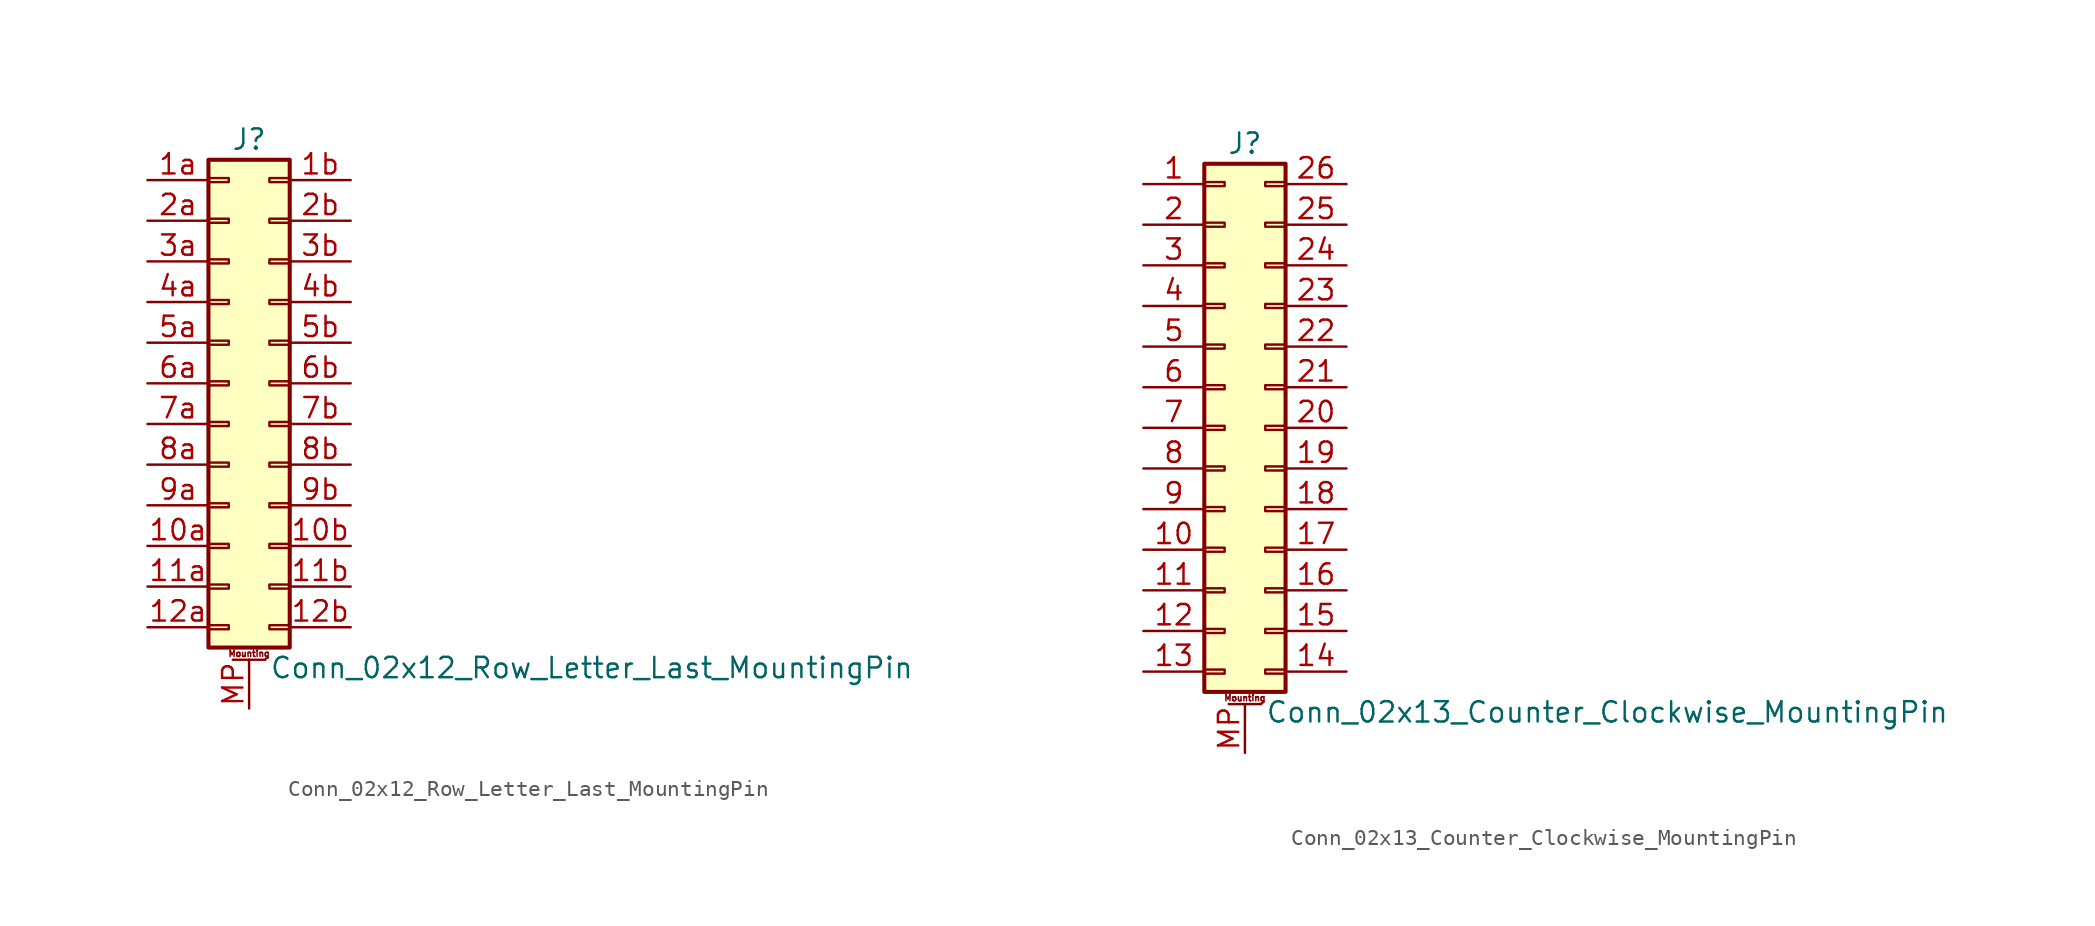
<source format=kicad_sym>
(kicad_symbol_lib
  (version 20201005)
  (generator kicad_symbol_editor)
  (symbol "Conn_02x12_Row_Letter_Last_MountingPin"
    (pin_names
      (offset 1.016) hide)
    (property "Reference" "J"
      (at 1.27 15.24 0)
      (effects (font (size 1.27 1.27))))
    (property "Value" "Conn_02x12_Row_Letter_Last_MountingPin"
      (at 2.54 -17.78 0)
      (effects (font (size 1.27 1.27)) (justify left)))
    (symbol "Conn_02x12_Row_Letter_Last_MountingPin_1_1"
      (text "Mounting" (at 1.27 -16.891 0) (effects (font (size 0.381 0.381))))
      (rectangle (start -1.27 -15.113) (end 0 -15.367) (stroke (width 0.152)) (fill (type none)))
      (rectangle (start -1.27 -12.573) (end 0 -12.827) (stroke (width 0.152)) (fill (type none)))
      (rectangle (start -1.27 -10.033) (end 0 -10.287) (stroke (width 0.152)) (fill (type none)))
      (rectangle (start -1.27 -7.493) (end 0 -7.747) (stroke (width 0.152)) (fill (type none)))
      (rectangle (start -1.27 -4.953) (end 0 -5.207) (stroke (width 0.152)) (fill (type none)))
      (rectangle (start -1.27 -2.413) (end 0 -2.667) (stroke (width 0.152)) (fill (type none)))
      (rectangle (start -1.27 0.127) (end 0 -0.127) (stroke (width 0.152)) (fill (type none)))
      (rectangle (start -1.27 2.667) (end 0 2.413) (stroke (width 0.152)) (fill (type none)))
      (rectangle (start -1.27 5.207) (end 0 4.953) (stroke (width 0.152)) (fill (type none)))
      (rectangle (start -1.27 7.747) (end 0 7.493) (stroke (width 0.152)) (fill (type none)))
      (rectangle (start -1.27 10.287) (end 0 10.033) (stroke (width 0.152)) (fill (type none)))
      (rectangle (start -1.27 12.827) (end 0 12.573) (stroke (width 0.152)) (fill (type none)))
      (rectangle (start -1.27 13.97) (end 3.81 -16.51) (stroke (width 0.254)) (fill (type background)))
      (rectangle (start 3.81 -15.113) (end 2.54 -15.367) (stroke (width 0.152)) (fill (type none)))
      (rectangle (start 3.81 -12.573) (end 2.54 -12.827) (stroke (width 0.152)) (fill (type none)))
      (rectangle (start 3.81 -10.033) (end 2.54 -10.287) (stroke (width 0.152)) (fill (type none)))
      (rectangle (start 3.81 -7.493) (end 2.54 -7.747) (stroke (width 0.152)) (fill (type none)))
      (rectangle (start 3.81 -4.953) (end 2.54 -5.207) (stroke (width 0.152)) (fill (type none)))
      (rectangle (start 3.81 -2.413) (end 2.54 -2.667) (stroke (width 0.152)) (fill (type none)))
      (rectangle (start 3.81 0.127) (end 2.54 -0.127) (stroke (width 0.152)) (fill (type none)))
      (rectangle (start 3.81 2.667) (end 2.54 2.413) (stroke (width 0.152)) (fill (type none)))
      (rectangle (start 3.81 5.207) (end 2.54 4.953) (stroke (width 0.152)) (fill (type none)))
      (rectangle (start 3.81 7.747) (end 2.54 7.493) (stroke (width 0.152)) (fill (type none)))
      (rectangle (start 3.81 10.287) (end 2.54 10.033) (stroke (width 0.152)) (fill (type none)))
      (rectangle (start 3.81 12.827) (end 2.54 12.573) (stroke (width 0.152)) (fill (type none)))
      (polyline (pts (xy 0.254 -17.272) (xy 2.286 -17.272)) (stroke (width 0.152)) (fill (type none)))
      (pin passive line (at -5.08 -10.16 0) (length 3.81) (name "Pin_10a" (effects (font (size 1.27 1.27)))) (number "10a" (effects (font (size 1.27 1.27)))))
      (pin passive line (at 7.62 -10.16 180) (length 3.81) (name "Pin_10b" (effects (font (size 1.27 1.27)))) (number "10b" (effects (font (size 1.27 1.27)))))
      (pin passive line (at -5.08 -12.7 0) (length 3.81) (name "Pin_11a" (effects (font (size 1.27 1.27)))) (number "11a" (effects (font (size 1.27 1.27)))))
      (pin passive line (at 7.62 -12.7 180) (length 3.81) (name "Pin_11b" (effects (font (size 1.27 1.27)))) (number "11b" (effects (font (size 1.27 1.27)))))
      (pin passive line (at -5.08 -15.24 0) (length 3.81) (name "Pin_12a" (effects (font (size 1.27 1.27)))) (number "12a" (effects (font (size 1.27 1.27)))))
      (pin passive line (at 7.62 -15.24 180) (length 3.81) (name "Pin_12b" (effects (font (size 1.27 1.27)))) (number "12b" (effects (font (size 1.27 1.27)))))
      (pin passive line (at -5.08 12.7 0) (length 3.81) (name "Pin_1a" (effects (font (size 1.27 1.27)))) (number "1a" (effects (font (size 1.27 1.27)))))
      (pin passive line (at 7.62 12.7 180) (length 3.81) (name "Pin_1b" (effects (font (size 1.27 1.27)))) (number "1b" (effects (font (size 1.27 1.27)))))
      (pin passive line (at -5.08 10.16 0) (length 3.81) (name "Pin_2a" (effects (font (size 1.27 1.27)))) (number "2a" (effects (font (size 1.27 1.27)))))
      (pin passive line (at 7.62 10.16 180) (length 3.81) (name "Pin_2b" (effects (font (size 1.27 1.27)))) (number "2b" (effects (font (size 1.27 1.27)))))
      (pin passive line (at -5.08 7.62 0) (length 3.81) (name "Pin_3a" (effects (font (size 1.27 1.27)))) (number "3a" (effects (font (size 1.27 1.27)))))
      (pin passive line (at 7.62 7.62 180) (length 3.81) (name "Pin_3b" (effects (font (size 1.27 1.27)))) (number "3b" (effects (font (size 1.27 1.27)))))
      (pin passive line (at -5.08 5.08 0) (length 3.81) (name "Pin_4a" (effects (font (size 1.27 1.27)))) (number "4a" (effects (font (size 1.27 1.27)))))
      (pin passive line (at 7.62 5.08 180) (length 3.81) (name "Pin_4b" (effects (font (size 1.27 1.27)))) (number "4b" (effects (font (size 1.27 1.27)))))
      (pin passive line (at -5.08 2.54 0) (length 3.81) (name "Pin_5a" (effects (font (size 1.27 1.27)))) (number "5a" (effects (font (size 1.27 1.27)))))
      (pin passive line (at 7.62 2.54 180) (length 3.81) (name "Pin_5b" (effects (font (size 1.27 1.27)))) (number "5b" (effects (font (size 1.27 1.27)))))
      (pin passive line (at -5.08 0 0) (length 3.81) (name "Pin_6a" (effects (font (size 1.27 1.27)))) (number "6a" (effects (font (size 1.27 1.27)))))
      (pin passive line (at 7.62 0 180) (length 3.81) (name "Pin_6b" (effects (font (size 1.27 1.27)))) (number "6b" (effects (font (size 1.27 1.27)))))
      (pin passive line (at -5.08 -2.54 0) (length 3.81) (name "Pin_7a" (effects (font (size 1.27 1.27)))) (number "7a" (effects (font (size 1.27 1.27)))))
      (pin passive line (at 7.62 -2.54 180) (length 3.81) (name "Pin_7b" (effects (font (size 1.27 1.27)))) (number "7b" (effects (font (size 1.27 1.27)))))
      (pin passive line (at -5.08 -5.08 0) (length 3.81) (name "Pin_8a" (effects (font (size 1.27 1.27)))) (number "8a" (effects (font (size 1.27 1.27)))))
      (pin passive line (at 7.62 -5.08 180) (length 3.81) (name "Pin_8b" (effects (font (size 1.27 1.27)))) (number "8b" (effects (font (size 1.27 1.27)))))
      (pin passive line (at -5.08 -7.62 0) (length 3.81) (name "Pin_9a" (effects (font (size 1.27 1.27)))) (number "9a" (effects (font (size 1.27 1.27)))))
      (pin passive line (at 7.62 -7.62 180) (length 3.81) (name "Pin_9b" (effects (font (size 1.27 1.27)))) (number "9b" (effects (font (size 1.27 1.27)))))
      (pin passive line (at 1.27 -20.32 90) (length 3.048) (name "MountPin" (effects (font (size 1.27 1.27)))) (number "MP" (effects (font (size 1.27 1.27)))))))
  (symbol "Conn_02x13_Counter_Clockwise_MountingPin"
    (pin_names
      (offset 1.016) hide)
    (property "Reference" "J"
      (at 1.27 17.78 0)
      (effects (font (size 1.27 1.27))))
    (property "Value" "Conn_02x13_Counter_Clockwise_MountingPin"
      (at 2.54 -17.78 0)
      (effects (font (size 1.27 1.27)) (justify left)))
    (symbol "Conn_02x13_Counter_Clockwise_MountingPin_1_1"
      (text "Mounting" (at 1.27 -16.891 0) (effects (font (size 0.381 0.381))))
      (rectangle (start -1.27 -15.113) (end 0 -15.367) (stroke (width 0.152)) (fill (type none)))
      (rectangle (start -1.27 -12.573) (end 0 -12.827) (stroke (width 0.152)) (fill (type none)))
      (rectangle (start -1.27 -10.033) (end 0 -10.287) (stroke (width 0.152)) (fill (type none)))
      (rectangle (start -1.27 -7.493) (end 0 -7.747) (stroke (width 0.152)) (fill (type none)))
      (rectangle (start -1.27 -4.953) (end 0 -5.207) (stroke (width 0.152)) (fill (type none)))
      (rectangle (start -1.27 -2.413) (end 0 -2.667) (stroke (width 0.152)) (fill (type none)))
      (rectangle (start -1.27 0.127) (end 0 -0.127) (stroke (width 0.152)) (fill (type none)))
      (rectangle (start -1.27 2.667) (end 0 2.413) (stroke (width 0.152)) (fill (type none)))
      (rectangle (start -1.27 5.207) (end 0 4.953) (stroke (width 0.152)) (fill (type none)))
      (rectangle (start -1.27 7.747) (end 0 7.493) (stroke (width 0.152)) (fill (type none)))
      (rectangle (start -1.27 10.287) (end 0 10.033) (stroke (width 0.152)) (fill (type none)))
      (rectangle (start -1.27 12.827) (end 0 12.573) (stroke (width 0.152)) (fill (type none)))
      (rectangle (start -1.27 15.367) (end 0 15.113) (stroke (width 0.152)) (fill (type none)))
      (rectangle (start -1.27 16.51) (end 3.81 -16.51) (stroke (width 0.254)) (fill (type background)))
      (rectangle (start 3.81 -15.113) (end 2.54 -15.367) (stroke (width 0.152)) (fill (type none)))
      (rectangle (start 3.81 -12.573) (end 2.54 -12.827) (stroke (width 0.152)) (fill (type none)))
      (rectangle (start 3.81 -10.033) (end 2.54 -10.287) (stroke (width 0.152)) (fill (type none)))
      (rectangle (start 3.81 -7.493) (end 2.54 -7.747) (stroke (width 0.152)) (fill (type none)))
      (rectangle (start 3.81 -4.953) (end 2.54 -5.207) (stroke (width 0.152)) (fill (type none)))
      (rectangle (start 3.81 -2.413) (end 2.54 -2.667) (stroke (width 0.152)) (fill (type none)))
      (rectangle (start 3.81 0.127) (end 2.54 -0.127) (stroke (width 0.152)) (fill (type none)))
      (rectangle (start 3.81 2.667) (end 2.54 2.413) (stroke (width 0.152)) (fill (type none)))
      (rectangle (start 3.81 5.207) (end 2.54 4.953) (stroke (width 0.152)) (fill (type none)))
      (rectangle (start 3.81 7.747) (end 2.54 7.493) (stroke (width 0.152)) (fill (type none)))
      (rectangle (start 3.81 10.287) (end 2.54 10.033) (stroke (width 0.152)) (fill (type none)))
      (rectangle (start 3.81 12.827) (end 2.54 12.573) (stroke (width 0.152)) (fill (type none)))
      (rectangle (start 3.81 15.367) (end 2.54 15.113) (stroke (width 0.152)) (fill (type none)))
      (polyline (pts (xy 0.254 -17.272) (xy 2.286 -17.272)) (stroke (width 0.152)) (fill (type none)))
      (pin passive line (at -5.08 15.24 0) (length 3.81) (name "Pin_1" (effects (font (size 1.27 1.27)))) (number "1" (effects (font (size 1.27 1.27)))))
      (pin passive line (at -5.08 -7.62 0) (length 3.81) (name "Pin_10" (effects (font (size 1.27 1.27)))) (number "10" (effects (font (size 1.27 1.27)))))
      (pin passive line (at -5.08 -10.16 0) (length 3.81) (name "Pin_11" (effects (font (size 1.27 1.27)))) (number "11" (effects (font (size 1.27 1.27)))))
      (pin passive line (at -5.08 -12.7 0) (length 3.81) (name "Pin_12" (effects (font (size 1.27 1.27)))) (number "12" (effects (font (size 1.27 1.27)))))
      (pin passive line (at -5.08 -15.24 0) (length 3.81) (name "Pin_13" (effects (font (size 1.27 1.27)))) (number "13" (effects (font (size 1.27 1.27)))))
      (pin passive line (at 7.62 -15.24 180) (length 3.81) (name "Pin_14" (effects (font (size 1.27 1.27)))) (number "14" (effects (font (size 1.27 1.27)))))
      (pin passive line (at 7.62 -12.7 180) (length 3.81) (name "Pin_15" (effects (font (size 1.27 1.27)))) (number "15" (effects (font (size 1.27 1.27)))))
      (pin passive line (at 7.62 -10.16 180) (length 3.81) (name "Pin_16" (effects (font (size 1.27 1.27)))) (number "16" (effects (font (size 1.27 1.27)))))
      (pin passive line (at 7.62 -7.62 180) (length 3.81) (name "Pin_17" (effects (font (size 1.27 1.27)))) (number "17" (effects (font (size 1.27 1.27)))))
      (pin passive line (at 7.62 -5.08 180) (length 3.81) (name "Pin_18" (effects (font (size 1.27 1.27)))) (number "18" (effects (font (size 1.27 1.27)))))
      (pin passive line (at 7.62 -2.54 180) (length 3.81) (name "Pin_19" (effects (font (size 1.27 1.27)))) (number "19" (effects (font (size 1.27 1.27)))))
      (pin passive line (at -5.08 12.7 0) (length 3.81) (name "Pin_2" (effects (font (size 1.27 1.27)))) (number "2" (effects (font (size 1.27 1.27)))))
      (pin passive line (at 7.62 0 180) (length 3.81) (name "Pin_20" (effects (font (size 1.27 1.27)))) (number "20" (effects (font (size 1.27 1.27)))))
      (pin passive line (at 7.62 2.54 180) (length 3.81) (name "Pin_21" (effects (font (size 1.27 1.27)))) (number "21" (effects (font (size 1.27 1.27)))))
      (pin passive line (at 7.62 5.08 180) (length 3.81) (name "Pin_22" (effects (font (size 1.27 1.27)))) (number "22" (effects (font (size 1.27 1.27)))))
      (pin passive line (at 7.62 7.62 180) (length 3.81) (name "Pin_23" (effects (font (size 1.27 1.27)))) (number "23" (effects (font (size 1.27 1.27)))))
      (pin passive line (at 7.62 10.16 180) (length 3.81) (name "Pin_24" (effects (font (size 1.27 1.27)))) (number "24" (effects (font (size 1.27 1.27)))))
      (pin passive line (at 7.62 12.7 180) (length 3.81) (name "Pin_25" (effects (font (size 1.27 1.27)))) (number "25" (effects (font (size 1.27 1.27)))))
      (pin passive line (at 7.62 15.24 180) (length 3.81) (name "Pin_26" (effects (font (size 1.27 1.27)))) (number "26" (effects (font (size 1.27 1.27)))))
      (pin passive line (at -5.08 10.16 0) (length 3.81) (name "Pin_3" (effects (font (size 1.27 1.27)))) (number "3" (effects (font (size 1.27 1.27)))))
      (pin passive line (at -5.08 7.62 0) (length 3.81) (name "Pin_4" (effects (font (size 1.27 1.27)))) (number "4" (effects (font (size 1.27 1.27)))))
      (pin passive line (at -5.08 5.08 0) (length 3.81) (name "Pin_5" (effects (font (size 1.27 1.27)))) (number "5" (effects (font (size 1.27 1.27)))))
      (pin passive line (at -5.08 2.54 0) (length 3.81) (name "Pin_6" (effects (font (size 1.27 1.27)))) (number "6" (effects (font (size 1.27 1.27)))))
      (pin passive line (at -5.08 0 0) (length 3.81) (name "Pin_7" (effects (font (size 1.27 1.27)))) (number "7" (effects (font (size 1.27 1.27)))))
      (pin passive line (at -5.08 -2.54 0) (length 3.81) (name "Pin_8" (effects (font (size 1.27 1.27)))) (number "8" (effects (font (size 1.27 1.27)))))
      (pin passive line (at -5.08 -5.08 0) (length 3.81) (name "Pin_9" (effects (font (size 1.27 1.27)))) (number "9" (effects (font (size 1.27 1.27)))))
      (pin passive line (at 1.27 -20.32 90) (length 3.048) (name "MountPin" (effects (font (size 1.27 1.27)))) (number "MP" (effects (font (size 1.27 1.27))))))))
</source>
